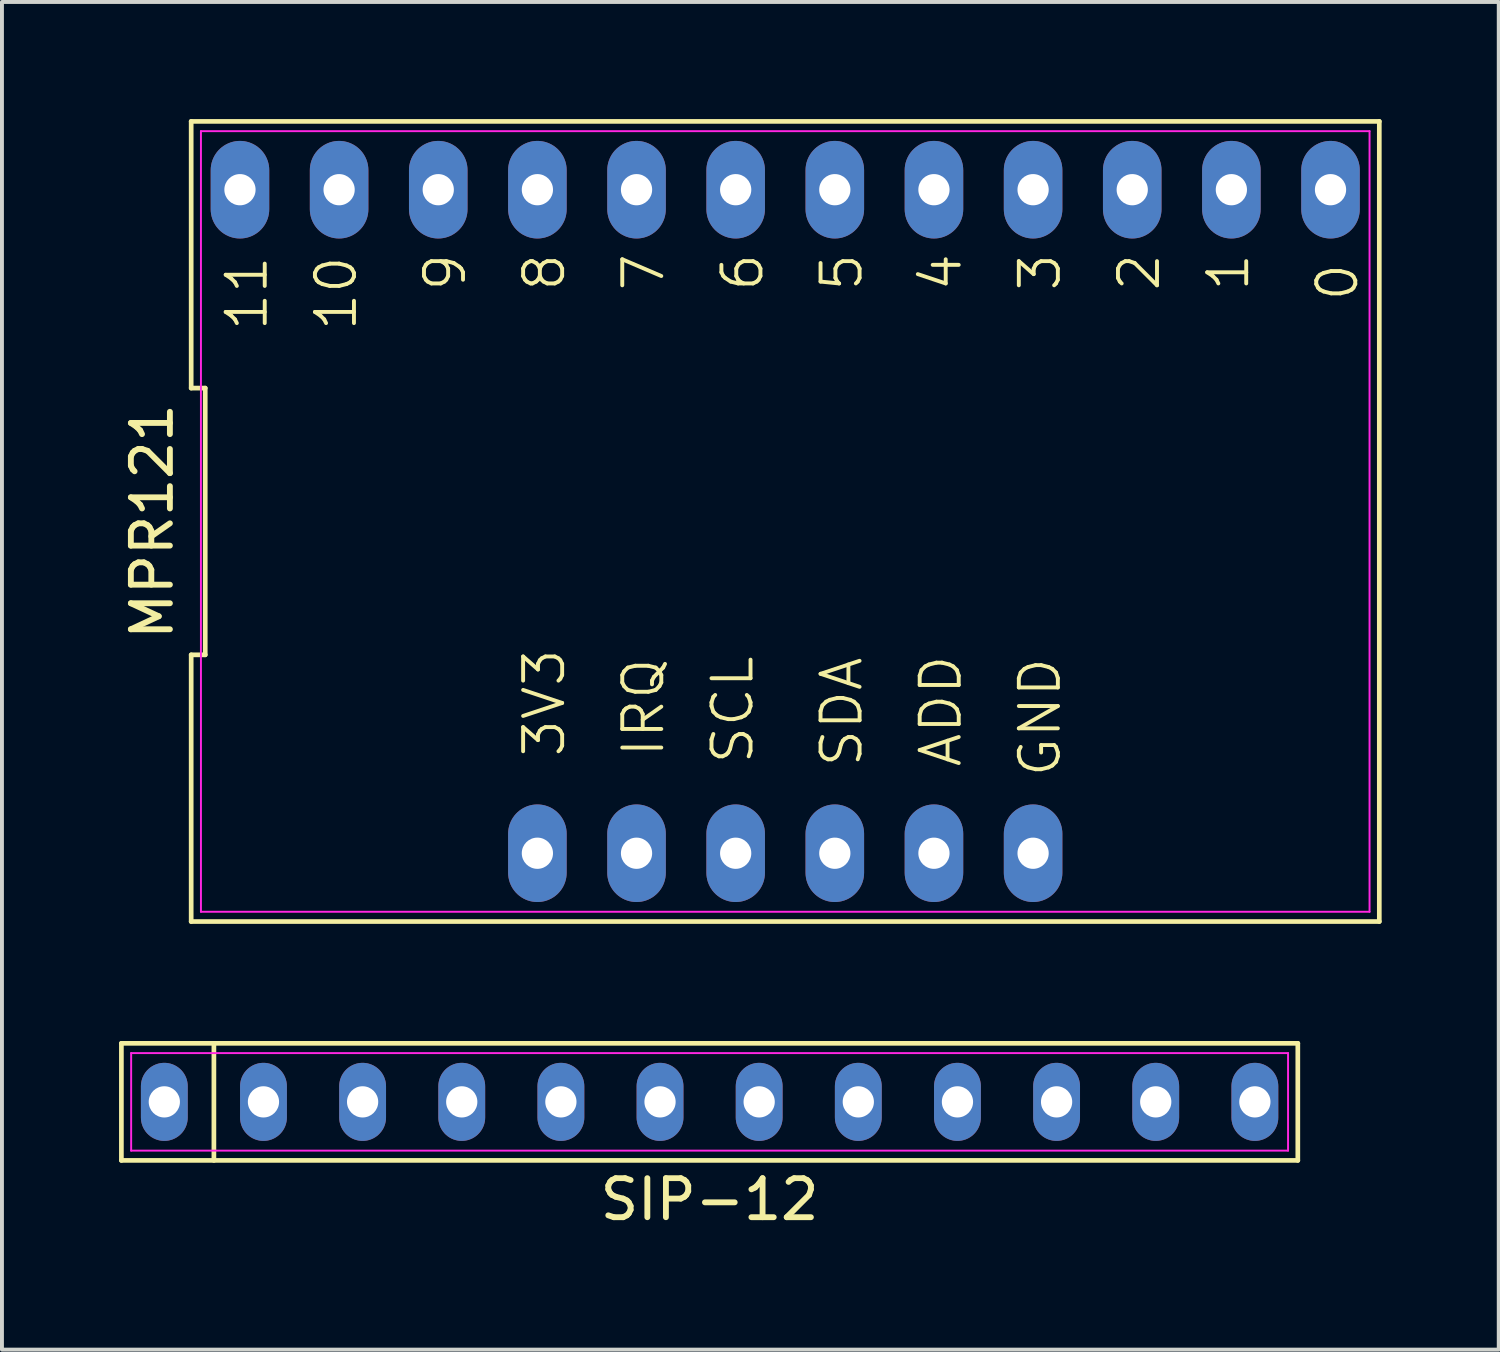
<source format=kicad_pcb>
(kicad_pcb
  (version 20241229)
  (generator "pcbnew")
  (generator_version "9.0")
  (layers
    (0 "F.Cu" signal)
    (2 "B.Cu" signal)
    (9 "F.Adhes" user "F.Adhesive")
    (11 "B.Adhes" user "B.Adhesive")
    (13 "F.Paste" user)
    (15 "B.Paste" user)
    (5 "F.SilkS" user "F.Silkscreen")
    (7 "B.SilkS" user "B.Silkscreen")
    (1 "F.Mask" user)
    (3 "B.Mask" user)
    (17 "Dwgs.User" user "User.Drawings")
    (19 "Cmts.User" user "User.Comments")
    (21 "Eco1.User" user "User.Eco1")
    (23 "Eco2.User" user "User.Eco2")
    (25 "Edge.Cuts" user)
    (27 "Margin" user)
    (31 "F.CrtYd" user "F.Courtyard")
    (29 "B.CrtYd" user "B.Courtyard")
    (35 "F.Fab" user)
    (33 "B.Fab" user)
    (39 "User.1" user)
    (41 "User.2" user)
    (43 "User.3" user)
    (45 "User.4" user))
  (footprint "MPR121"
    (layer "F.Cu")
    (at 17.068 10.31)
    (property "Reference" "MPR121" (at -16.22 0 90) (layer "F.SilkS") (effects (font (size 1 1) (thickness 0.15))))
    (fp_line (start -15.22 -10.25) (end -15.22 -3.417) (stroke (width 0.12) (type default)) (layer "F.SilkS"))
    (fp_line (start -15.22 -3.417) (end -14.86 -3.417) (stroke (width 0.12) (type default)) (layer "F.SilkS"))
    (fp_line (start -15.22 3.417) (end -15.22 10.25) (stroke (width 0.12) (type default)) (layer "F.SilkS"))
    (fp_line (start -15.22 10.25) (end 15.22 10.25) (stroke (width 0.12) (type default)) (layer "F.SilkS"))
    (fp_line (start -14.86 -3.417) (end -14.86 3.417) (stroke (width 0.12) (type default)) (layer "F.SilkS"))
    (fp_line (start -14.86 3.417) (end -15.22 3.417) (stroke (width 0.12) (type default)) (layer "F.SilkS"))
    (fp_line (start 15.22 -10.25) (end -15.22 -10.25) (stroke (width 0.12) (type default)) (layer "F.SilkS"))
    (fp_line (start 15.22 10.25) (end 15.22 -10.25) (stroke (width 0.12) (type default)) (layer "F.SilkS"))
    (fp_line (start -14.97 -10) (end 14.97 -10) (stroke (width 0.05) (type default)) (layer "F.CrtYd"))
    (fp_line (start -14.97 10) (end -14.97 -10) (stroke (width 0.05) (type default)) (layer "F.CrtYd"))
    (fp_line (start 14.97 -10) (end 14.97 10) (stroke (width 0.05) (type default)) (layer "F.CrtYd"))
    (fp_line (start 14.97 10) (end -14.97 10) (stroke (width 0.05) (type default)) (layer "F.CrtYd"))
    (fp_text user "4" (at 4.572 -5.842 90) (unlocked yes) (layer "F.SilkS") (effects (font (size 1 1) (thickness 0.1)) (justify left bottom)))
    (fp_text user "10" (at -10.922 -4.826 90) (unlocked yes) (layer "F.SilkS") (effects (font (size 1 1) (thickness 0.1)) (justify left bottom)))
    (fp_text user "5" (at 2.032 -5.842 90) (unlocked yes) (layer "F.SilkS") (effects (font (size 1 1) (thickness 0.1)) (justify left bottom)))
    (fp_text user "2" (at 9.652 -5.842 90) (unlocked yes) (layer "F.SilkS") (effects (font (size 1 1) (thickness 0.1)) (justify left bottom)))
    (fp_text user "9" (at -8.128 -5.842 90) (unlocked yes) (layer "F.SilkS") (effects (font (size 1 1) (thickness 0.1)) (justify left bottom)))
    (fp_text user "11" (at -13.208 -4.826 90) (unlocked yes) (layer "F.SilkS") (effects (font (size 1 1) (thickness 0.1)) (justify left bottom)))
    (fp_text user "6" (at -0.508 -5.842 90) (unlocked yes) (layer "F.SilkS") (effects (font (size 1 1) (thickness 0.1)) (justify left bottom)))
    (fp_text user "IRQ" (at -3.048 6.096 90) (unlocked yes) (layer "F.SilkS") (effects (font (size 1 1) (thickness 0.1)) (justify left bottom)))
    (fp_text user "GND" (at 7.112 6.604 90) (unlocked yes) (layer "F.SilkS") (effects (font (size 1 1) (thickness 0.1)) (justify left bottom)))
    (fp_text user "1" (at 11.938 -5.842 90) (unlocked yes) (layer "F.SilkS") (effects (font (size 1 1) (thickness 0.1)) (justify left bottom)))
    (fp_text user "ADD" (at 4.572 6.35 90) (unlocked yes) (layer "F.SilkS") (effects (font (size 1 1) (thickness 0.1)) (justify left bottom)))
    (fp_text user "0" (at 14.732 -5.588 90) (unlocked yes) (layer "F.SilkS") (effects (font (size 1 1) (thickness 0.1)) (justify left bottom)))
    (fp_text user "7" (at -3.048 -5.842 90) (unlocked yes) (layer "F.SilkS") (effects (font (size 1 1) (thickness 0.1)) (justify left bottom)))
    (fp_text user "3V3" (at -5.588 6.096 90) (unlocked yes) (layer "F.SilkS") (effects (font (size 1 1) (thickness 0.1)) (justify left bottom)))
    (fp_text user "3" (at 7.112 -5.842 90) (unlocked yes) (layer "F.SilkS") (effects (font (size 1 1) (thickness 0.1)) (justify left bottom)))
    (fp_text user "8" (at -5.588 -5.842 90) (unlocked yes) (layer "F.SilkS") (effects (font (size 1 1) (thickness 0.1)) (justify left bottom)))
    (fp_text user "SCL" (at -0.762 4.826 90) (unlocked yes) (layer "F.SilkS") (effects (font (size 1 1) (thickness 0.1)) (justify bottom)))
    (fp_text user "SDA" (at 2.032 6.35 90) (unlocked yes) (layer "F.SilkS") (effects (font (size 1 1) (thickness 0.1)) (justify left bottom)))
    (pad "1" thru_hole oval (at -6.35 8.5) (size 1.5 2.5) (drill 0.8) (layers "*.Cu" "*.Mask"))
    (pad "2" thru_hole oval (at -3.81 8.5) (size 1.5 2.5) (drill 0.8) (layers "*.Cu" "*.Mask"))
    (pad "3" thru_hole oval (at -1.27 8.5) (size 1.5 2.5) (drill 0.8) (layers "*.Cu" "*.Mask"))
    (pad "4" thru_hole oval (at 1.27 8.5) (size 1.5 2.5) (drill 0.8) (layers "*.Cu" "*.Mask"))
    (pad "5" thru_hole oval (at 3.81 8.5) (size 1.5 2.5) (drill 0.8) (layers "*.Cu" "*.Mask"))
    (pad "6" thru_hole oval (at 6.35 8.5) (size 1.5 2.5) (drill 0.8) (layers "*.Cu" "*.Mask"))
    (pad "7" thru_hole oval (at 13.97 -8.5) (size 1.5 2.5) (drill 0.8) (layers "*.Cu" "*.Mask"))
    (pad "8" thru_hole oval (at 11.43 -8.5) (size 1.5 2.5) (drill 0.8) (layers "*.Cu" "*.Mask"))
    (pad "9" thru_hole oval (at 8.89 -8.5) (size 1.5 2.5) (drill 0.8) (layers "*.Cu" "*.Mask"))
    (pad "10" thru_hole oval (at 6.35 -8.5) (size 1.5 2.5) (drill 0.8) (layers "*.Cu" "*.Mask"))
    (pad "11" thru_hole oval (at 3.81 -8.5) (size 1.5 2.5) (drill 0.8) (layers "*.Cu" "*.Mask"))
    (pad "12" thru_hole oval (at 1.27 -8.5) (size 1.5 2.5) (drill 0.8) (layers "*.Cu" "*.Mask"))
    (pad "13" thru_hole oval (at -1.27 -8.5) (size 1.5 2.5) (drill 0.8) (layers "*.Cu" "*.Mask"))
    (pad "14" thru_hole oval (at -3.81 -8.5) (size 1.5 2.5) (drill 0.8) (layers "*.Cu" "*.Mask"))
    (pad "15" thru_hole oval (at -6.35 -8.5) (size 1.5 2.5) (drill 0.8) (layers "*.Cu" "*.Mask"))
    (pad "16" thru_hole oval (at -8.89 -8.5) (size 1.5 2.5) (drill 0.8) (layers "*.Cu" "*.Mask"))
    (pad "18" thru_hole oval (at -11.43 -8.5) (size 1.5 2.5) (drill 0.8) (layers "*.Cu" "*.Mask"))
    (pad "19" thru_hole oval (at -13.97 -8.5) (size 1.5 2.5) (drill 0.8) (layers "*.Cu" "*.Mask")))
  (footprint "SIP-12"
    (layer "F.Cu")
    (at 15.13 25.18)
    (property "Reference" "SIP-12" (at 0 2.5 0) (layer "F.SilkS") (effects (font (size 1 1) (thickness 0.15))))
    (fp_line (start -15.07 -1.5) (end 15.07 -1.5) (stroke (width 0.12) (type default)) (layer "F.SilkS"))
    (fp_line (start -15.07 1.5) (end -15.07 -1.5) (stroke (width 0.12) (type default)) (layer "F.SilkS"))
    (fp_line (start -12.7 -1.5) (end -12.7 1.5) (stroke (width 0.12) (type default)) (layer "F.SilkS"))
    (fp_line (start 15.07 -1.5) (end 15.07 1.5) (stroke (width 0.12) (type default)) (layer "F.SilkS"))
    (fp_line (start 15.07 1.5) (end -15.07 1.5) (stroke (width 0.12) (type default)) (layer "F.SilkS"))
    (fp_line (start -14.82 -1.25) (end 14.82 -1.25) (stroke (width 0.05) (type default)) (layer "F.CrtYd"))
    (fp_line (start -14.82 1.25) (end -14.82 -1.25) (stroke (width 0.05) (type default)) (layer "F.CrtYd"))
    (fp_line (start 14.82 -1.25) (end 14.82 1.25) (stroke (width 0.05) (type default)) (layer "F.CrtYd"))
    (fp_line (start 14.82 1.25) (end -14.82 1.25) (stroke (width 0.05) (type default)) (layer "F.CrtYd"))
    (pad "1" thru_hole oval (at -13.97 0) (size 1.2 2) (drill 0.8) (layers "*.Cu" "*.Mask"))
    (pad "2" thru_hole oval (at -11.43 0) (size 1.2 2) (drill 0.8) (layers "*.Cu" "*.Mask"))
    (pad "3" thru_hole oval (at -8.89 0) (size 1.2 2) (drill 0.8) (layers "*.Cu" "*.Mask"))
    (pad "4" thru_hole oval (at -6.35 0) (size 1.2 2) (drill 0.8) (layers "*.Cu" "*.Mask"))
    (pad "5" thru_hole oval (at -3.81 0) (size 1.2 2) (drill 0.8) (layers "*.Cu" "*.Mask"))
    (pad "6" thru_hole oval (at -1.27 0) (size 1.2 2) (drill 0.8) (layers "*.Cu" "*.Mask"))
    (pad "7" thru_hole oval (at 1.27 0) (size 1.2 2) (drill 0.8) (layers "*.Cu" "*.Mask"))
    (pad "8" thru_hole oval (at 3.81 0) (size 1.2 2) (drill 0.8) (layers "*.Cu" "*.Mask"))
    (pad "9" thru_hole oval (at 6.35 0) (size 1.2 2) (drill 0.8) (layers "*.Cu" "*.Mask"))
    (pad "10" thru_hole oval (at 8.89 0) (size 1.2 2) (drill 0.8) (layers "*.Cu" "*.Mask"))
    (pad "11" thru_hole oval (at 11.43 0) (size 1.2 2) (drill 0.8) (layers "*.Cu" "*.Mask"))
    (pad "12" thru_hole oval (at 13.97 0) (size 1.2 2) (drill 0.8) (layers "*.Cu" "*.Mask")))
  (gr_rect
    (start -3 -3)
    (end 35.348 31.528)
    (stroke (width 0.1) (type default))
    (fill no)
    (layer "Edge.Cuts")))
</source>
